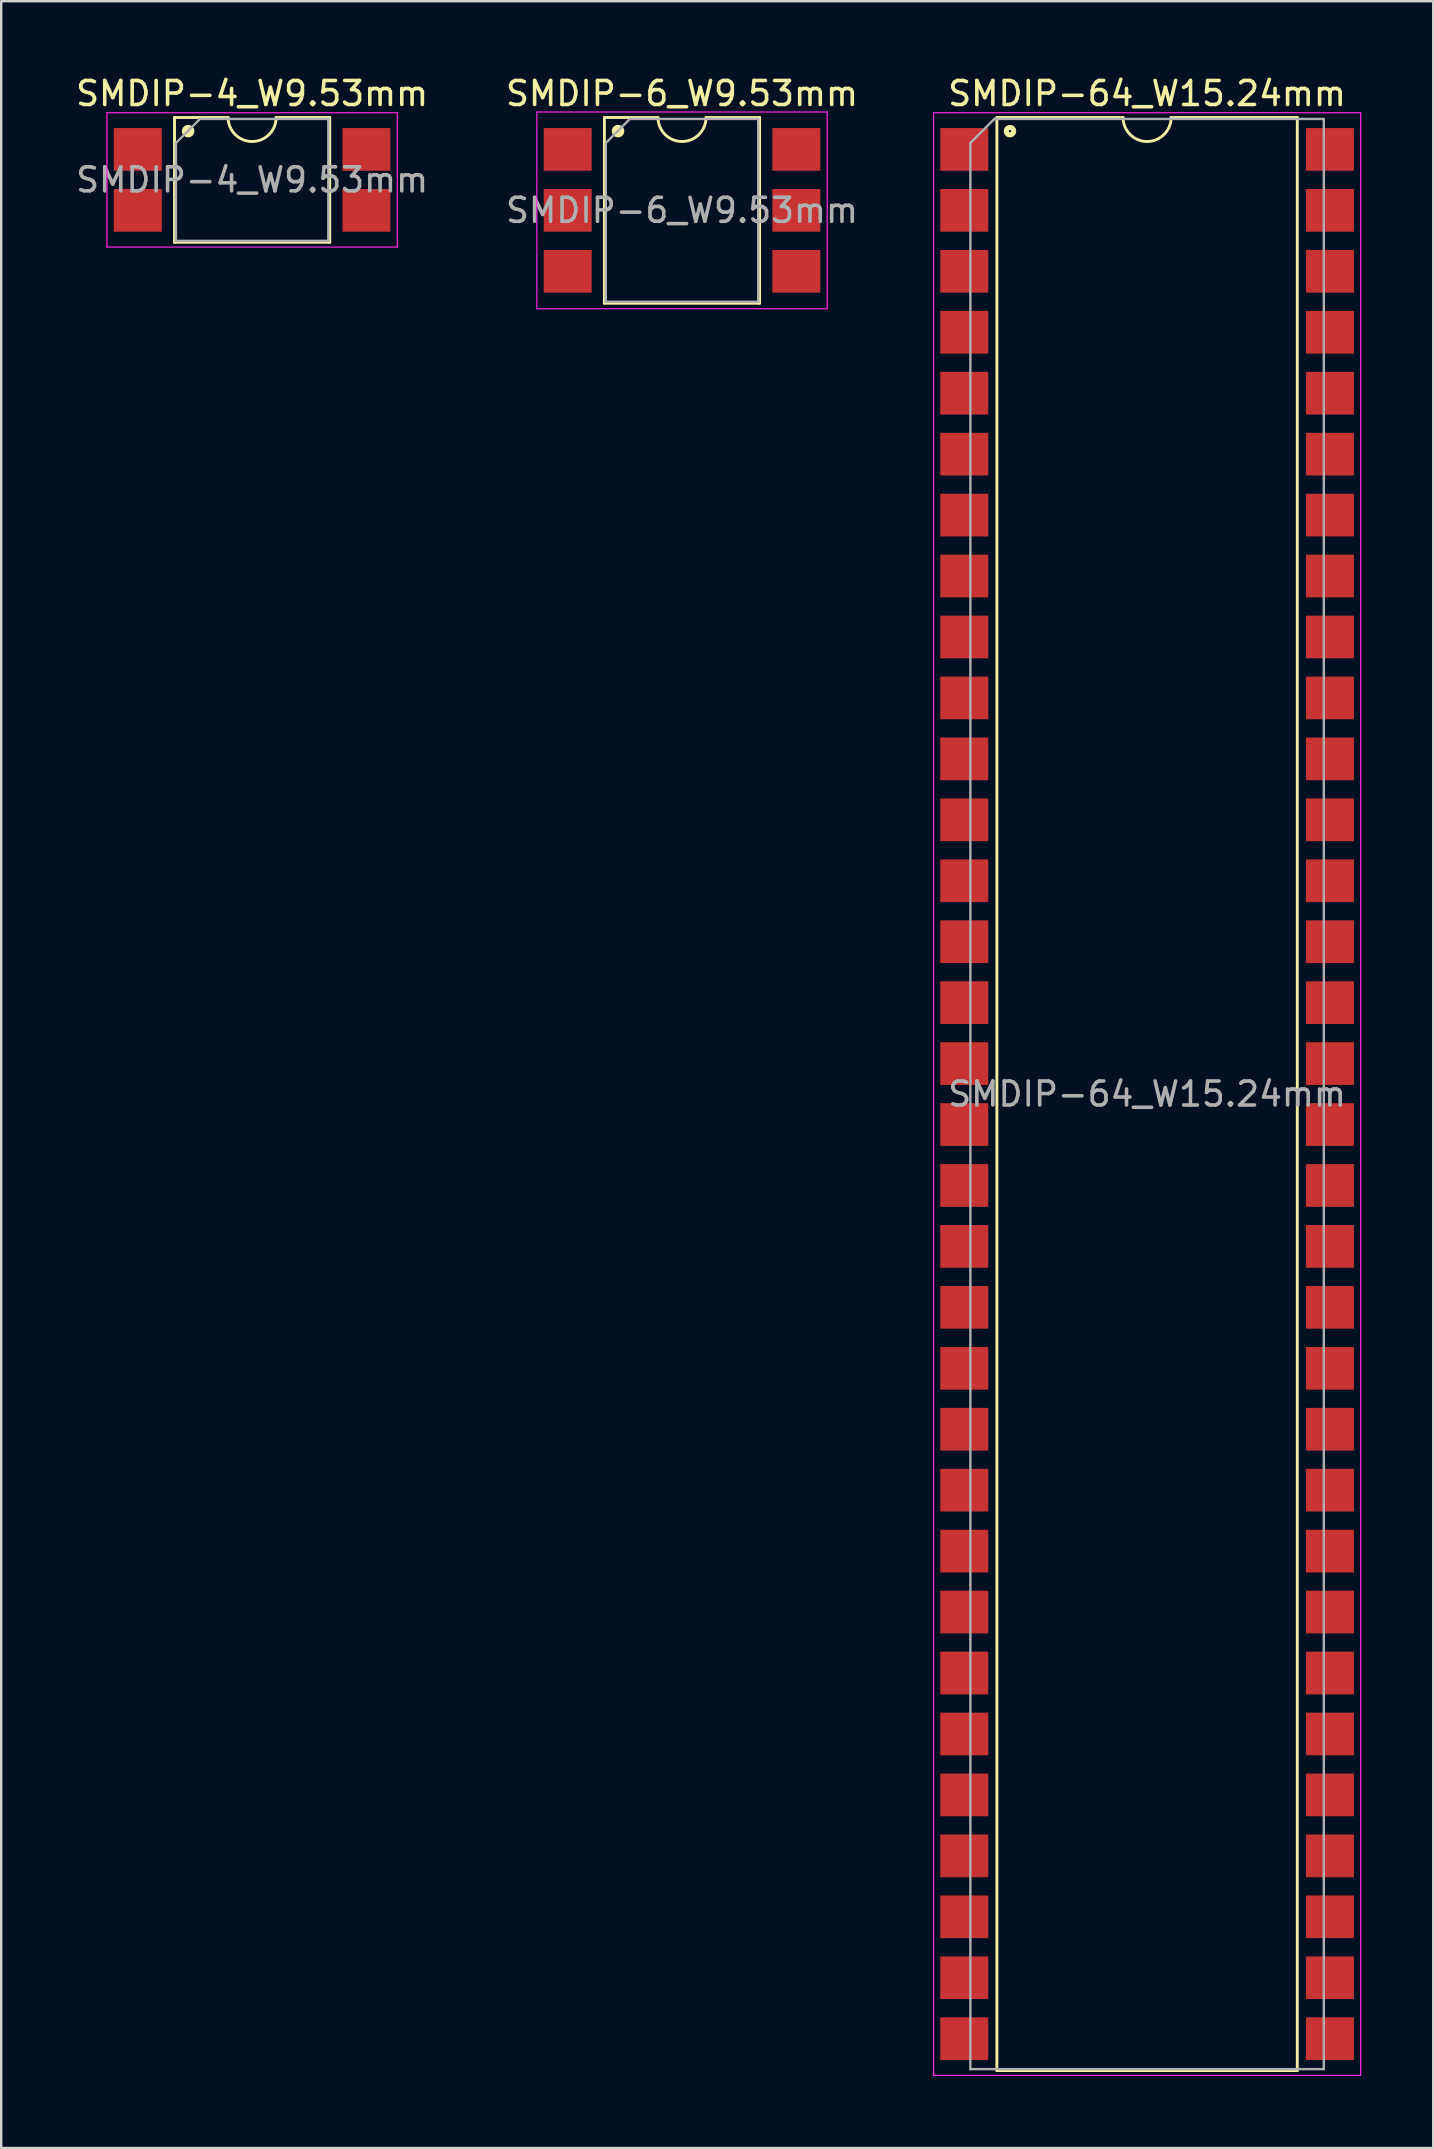
<source format=kicad_pcb>
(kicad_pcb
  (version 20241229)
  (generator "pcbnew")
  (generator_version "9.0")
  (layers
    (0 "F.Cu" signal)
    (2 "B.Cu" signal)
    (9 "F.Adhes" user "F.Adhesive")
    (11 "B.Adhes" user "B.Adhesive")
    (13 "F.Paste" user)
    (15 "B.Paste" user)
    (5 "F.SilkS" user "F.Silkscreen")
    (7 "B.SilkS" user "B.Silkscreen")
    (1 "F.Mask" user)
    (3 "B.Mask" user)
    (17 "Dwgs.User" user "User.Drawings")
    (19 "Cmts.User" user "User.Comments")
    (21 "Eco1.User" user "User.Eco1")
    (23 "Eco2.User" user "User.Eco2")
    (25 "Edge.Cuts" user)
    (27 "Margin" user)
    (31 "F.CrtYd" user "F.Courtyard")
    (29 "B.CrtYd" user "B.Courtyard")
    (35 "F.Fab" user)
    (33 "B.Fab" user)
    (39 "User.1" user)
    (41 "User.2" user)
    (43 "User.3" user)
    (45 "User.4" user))
  (footprint "SMDIP-64_W15.24mm"
    (layer "F.Cu")
    (at 44.758 42.548)
    (property "Reference" "SMDIP-64_W15.24mm" (at 0 -41.7 0) (layer "F.SilkS") (effects (font (size 1 1) (thickness 0.15))))
    (attr smd)
    (fp_line (start -6.26 -40.7) (end -6.26 40.7) (stroke (width 0.12) (type solid)) (layer "F.SilkS"))
    (fp_line (start -6.26 40.7) (end 6.26 40.7) (stroke (width 0.12) (type solid)) (layer "F.SilkS"))
    (fp_line (start -1 -40.7) (end -6.26 -40.7) (stroke (width 0.12) (type solid)) (layer "F.SilkS"))
    (fp_line (start 6.26 -40.7) (end 1 -40.7) (stroke (width 0.12) (type solid)) (layer "F.SilkS"))
    (fp_line (start 6.26 40.7) (end 6.26 -40.7) (stroke (width 0.12) (type solid)) (layer "F.SilkS"))
    (fp_arc (start 1 -40.7) (mid 0 -39.7) (end -1 -40.7) (stroke (width 0.12) (type solid)) (layer "F.SilkS"))
    (fp_circle (center -5.715 -40.132) (end -5.665 -40.132) (stroke (width 0.12) (type solid)) (fill no) (layer "F.SilkS"))
    (fp_circle (center -5.715 -40.132) (end -5.59 -40.132) (stroke (width 0.12) (type solid)) (fill no) (layer "F.SilkS"))
    (fp_circle (center -5.715 -40.132) (end -5.515 -40.132) (stroke (width 0.12) (type solid)) (fill no) (layer "F.SilkS"))
    (fp_line (start -8.9 -40.9) (end -8.9 40.9) (stroke (width 0.05) (type solid)) (layer "F.CrtYd"))
    (fp_line (start -8.9 40.9) (end 8.9 40.9) (stroke (width 0.05) (type solid)) (layer "F.CrtYd"))
    (fp_line (start 8.9 -40.9) (end -8.9 -40.9) (stroke (width 0.05) (type solid)) (layer "F.CrtYd"))
    (fp_line (start 8.9 40.9) (end 8.9 -40.9) (stroke (width 0.05) (type solid)) (layer "F.CrtYd"))
    (fp_line (start -7.365 -39.64) (end -6.365 -40.64) (stroke (width 0.1) (type solid)) (layer "F.Fab"))
    (fp_line (start -7.365 40.64) (end -7.365 -39.64) (stroke (width 0.1) (type solid)) (layer "F.Fab"))
    (fp_line (start -6.365 -40.64) (end 7.365 -40.64) (stroke (width 0.1) (type solid)) (layer "F.Fab"))
    (fp_line (start 7.365 -40.64) (end 7.365 40.64) (stroke (width 0.1) (type solid)) (layer "F.Fab"))
    (fp_line (start 7.365 40.64) (end -7.365 40.64) (stroke (width 0.1) (type solid)) (layer "F.Fab"))
    (fp_text user "${REFERENCE}" (at 0 0 0) (layer "F.Fab") (effects (font (size 1 1) (thickness 0.15))))
    (pad "1" smd rect (at -7.62 -39.37) (size 2 1.78) (layers "F.Cu" "F.Mask" "F.Paste"))
    (pad "2" smd rect (at -7.62 -36.83) (size 2 1.78) (layers "F.Cu" "F.Mask" "F.Paste"))
    (pad "3" smd rect (at -7.62 -34.29) (size 2 1.78) (layers "F.Cu" "F.Mask" "F.Paste"))
    (pad "4" smd rect (at -7.62 -31.75) (size 2 1.78) (layers "F.Cu" "F.Mask" "F.Paste"))
    (pad "5" smd rect (at -7.62 -29.21) (size 2 1.78) (layers "F.Cu" "F.Mask" "F.Paste"))
    (pad "6" smd rect (at -7.62 -26.67) (size 2 1.78) (layers "F.Cu" "F.Mask" "F.Paste"))
    (pad "7" smd rect (at -7.62 -24.13) (size 2 1.78) (layers "F.Cu" "F.Mask" "F.Paste"))
    (pad "8" smd rect (at -7.62 -21.59) (size 2 1.78) (layers "F.Cu" "F.Mask" "F.Paste"))
    (pad "9" smd rect (at -7.62 -19.05) (size 2 1.78) (layers "F.Cu" "F.Mask" "F.Paste"))
    (pad "10" smd rect (at -7.62 -16.51) (size 2 1.78) (layers "F.Cu" "F.Mask" "F.Paste"))
    (pad "11" smd rect (at -7.62 -13.97) (size 2 1.78) (layers "F.Cu" "F.Mask" "F.Paste"))
    (pad "12" smd rect (at -7.62 -11.43) (size 2 1.78) (layers "F.Cu" "F.Mask" "F.Paste"))
    (pad "13" smd rect (at -7.62 -8.89) (size 2 1.78) (layers "F.Cu" "F.Mask" "F.Paste"))
    (pad "14" smd rect (at -7.62 -6.35) (size 2 1.78) (layers "F.Cu" "F.Mask" "F.Paste"))
    (pad "15" smd rect (at -7.62 -3.81) (size 2 1.78) (layers "F.Cu" "F.Mask" "F.Paste"))
    (pad "16" smd rect (at -7.62 -1.27) (size 2 1.78) (layers "F.Cu" "F.Mask" "F.Paste"))
    (pad "17" smd rect (at -7.62 1.27) (size 2 1.78) (layers "F.Cu" "F.Mask" "F.Paste"))
    (pad "18" smd rect (at -7.62 3.81) (size 2 1.78) (layers "F.Cu" "F.Mask" "F.Paste"))
    (pad "19" smd rect (at -7.62 6.35) (size 2 1.78) (layers "F.Cu" "F.Mask" "F.Paste"))
    (pad "20" smd rect (at -7.62 8.89) (size 2 1.78) (layers "F.Cu" "F.Mask" "F.Paste"))
    (pad "21" smd rect (at -7.62 11.43) (size 2 1.78) (layers "F.Cu" "F.Mask" "F.Paste"))
    (pad "22" smd rect (at -7.62 13.97) (size 2 1.78) (layers "F.Cu" "F.Mask" "F.Paste"))
    (pad "23" smd rect (at -7.62 16.51) (size 2 1.78) (layers "F.Cu" "F.Mask" "F.Paste"))
    (pad "24" smd rect (at -7.62 19.05) (size 2 1.78) (layers "F.Cu" "F.Mask" "F.Paste"))
    (pad "25" smd rect (at -7.62 21.59) (size 2 1.78) (layers "F.Cu" "F.Mask" "F.Paste"))
    (pad "26" smd rect (at -7.62 24.13) (size 2 1.78) (layers "F.Cu" "F.Mask" "F.Paste"))
    (pad "27" smd rect (at -7.62 26.67) (size 2 1.78) (layers "F.Cu" "F.Mask" "F.Paste"))
    (pad "28" smd rect (at -7.62 29.21) (size 2 1.78) (layers "F.Cu" "F.Mask" "F.Paste"))
    (pad "29" smd rect (at -7.62 31.75) (size 2 1.78) (layers "F.Cu" "F.Mask" "F.Paste"))
    (pad "30" smd rect (at -7.62 34.29) (size 2 1.78) (layers "F.Cu" "F.Mask" "F.Paste"))
    (pad "31" smd rect (at -7.62 36.83) (size 2 1.78) (layers "F.Cu" "F.Mask" "F.Paste"))
    (pad "32" smd rect (at -7.62 39.37) (size 2 1.78) (layers "F.Cu" "F.Mask" "F.Paste"))
    (pad "33" smd rect (at 7.62 39.37) (size 2 1.78) (layers "F.Cu" "F.Mask" "F.Paste"))
    (pad "34" smd rect (at 7.62 36.83) (size 2 1.78) (layers "F.Cu" "F.Mask" "F.Paste"))
    (pad "35" smd rect (at 7.62 34.29) (size 2 1.78) (layers "F.Cu" "F.Mask" "F.Paste"))
    (pad "36" smd rect (at 7.62 31.75) (size 2 1.78) (layers "F.Cu" "F.Mask" "F.Paste"))
    (pad "37" smd rect (at 7.62 29.21) (size 2 1.78) (layers "F.Cu" "F.Mask" "F.Paste"))
    (pad "38" smd rect (at 7.62 26.67) (size 2 1.78) (layers "F.Cu" "F.Mask" "F.Paste"))
    (pad "39" smd rect (at 7.62 24.13) (size 2 1.78) (layers "F.Cu" "F.Mask" "F.Paste"))
    (pad "40" smd rect (at 7.62 21.59) (size 2 1.78) (layers "F.Cu" "F.Mask" "F.Paste"))
    (pad "41" smd rect (at 7.62 19.05) (size 2 1.78) (layers "F.Cu" "F.Mask" "F.Paste"))
    (pad "42" smd rect (at 7.62 16.51) (size 2 1.78) (layers "F.Cu" "F.Mask" "F.Paste"))
    (pad "43" smd rect (at 7.62 13.97) (size 2 1.78) (layers "F.Cu" "F.Mask" "F.Paste"))
    (pad "44" smd rect (at 7.62 11.43) (size 2 1.78) (layers "F.Cu" "F.Mask" "F.Paste"))
    (pad "45" smd rect (at 7.62 8.89) (size 2 1.78) (layers "F.Cu" "F.Mask" "F.Paste"))
    (pad "46" smd rect (at 7.62 6.35) (size 2 1.78) (layers "F.Cu" "F.Mask" "F.Paste"))
    (pad "47" smd rect (at 7.62 3.81) (size 2 1.78) (layers "F.Cu" "F.Mask" "F.Paste"))
    (pad "48" smd rect (at 7.62 1.27) (size 2 1.78) (layers "F.Cu" "F.Mask" "F.Paste"))
    (pad "49" smd rect (at 7.62 -1.27) (size 2 1.78) (layers "F.Cu" "F.Mask" "F.Paste"))
    (pad "50" smd rect (at 7.62 -3.81) (size 2 1.78) (layers "F.Cu" "F.Mask" "F.Paste"))
    (pad "51" smd rect (at 7.62 -6.35) (size 2 1.78) (layers "F.Cu" "F.Mask" "F.Paste"))
    (pad "52" smd rect (at 7.62 -8.89) (size 2 1.78) (layers "F.Cu" "F.Mask" "F.Paste"))
    (pad "53" smd rect (at 7.62 -11.43) (size 2 1.78) (layers "F.Cu" "F.Mask" "F.Paste"))
    (pad "54" smd rect (at 7.62 -13.97) (size 2 1.78) (layers "F.Cu" "F.Mask" "F.Paste"))
    (pad "55" smd rect (at 7.62 -16.51) (size 2 1.78) (layers "F.Cu" "F.Mask" "F.Paste"))
    (pad "56" smd rect (at 7.62 -19.05) (size 2 1.78) (layers "F.Cu" "F.Mask" "F.Paste"))
    (pad "57" smd rect (at 7.62 -21.59) (size 2 1.78) (layers "F.Cu" "F.Mask" "F.Paste"))
    (pad "58" smd rect (at 7.62 -24.13) (size 2 1.78) (layers "F.Cu" "F.Mask" "F.Paste"))
    (pad "59" smd rect (at 7.62 -26.67) (size 2 1.78) (layers "F.Cu" "F.Mask" "F.Paste"))
    (pad "60" smd rect (at 7.62 -29.21) (size 2 1.78) (layers "F.Cu" "F.Mask" "F.Paste"))
    (pad "61" smd rect (at 7.62 -31.75) (size 2 1.78) (layers "F.Cu" "F.Mask" "F.Paste"))
    (pad "62" smd rect (at 7.62 -34.29) (size 2 1.78) (layers "F.Cu" "F.Mask" "F.Paste"))
    (pad "63" smd rect (at 7.62 -36.83) (size 2 1.78) (layers "F.Cu" "F.Mask" "F.Paste"))
    (pad "64" smd rect (at 7.62 -39.37) (size 2 1.78) (layers "F.Cu" "F.Mask" "F.Paste")))
  (footprint "SMDIP-4_W9.53mm"
    (layer "F.Cu")
    (at 7.458 4.448)
    (property "Reference" "SMDIP-4_W9.53mm" (at 0 -3.6 0) (layer "F.SilkS") (effects (font (size 1 1) (thickness 0.15))))
    (attr smd)
    (fp_line (start -3.235 -2.6) (end -3.235 2.6) (stroke (width 0.12) (type solid)) (layer "F.SilkS"))
    (fp_line (start -3.235 2.6) (end 3.235 2.6) (stroke (width 0.12) (type solid)) (layer "F.SilkS"))
    (fp_line (start -1 -2.6) (end -3.235 -2.6) (stroke (width 0.12) (type solid)) (layer "F.SilkS"))
    (fp_line (start 3.235 -2.6) (end 1 -2.6) (stroke (width 0.12) (type solid)) (layer "F.SilkS"))
    (fp_line (start 3.235 2.6) (end 3.235 -2.6) (stroke (width 0.12) (type solid)) (layer "F.SilkS"))
    (fp_arc (start 1 -2.6) (mid 0 -1.6) (end -1 -2.6) (stroke (width 0.12) (type solid)) (layer "F.SilkS"))
    (fp_circle (center -2.667 -2.032) (end -2.617 -2.032) (stroke (width 0.12) (type solid)) (fill no) (layer "F.SilkS"))
    (fp_circle (center -2.667 -2.032) (end -2.542 -2.032) (stroke (width 0.12) (type solid)) (fill no) (layer "F.SilkS"))
    (fp_circle (center -2.667 -2.032) (end -2.467 -2.032) (stroke (width 0.12) (type solid)) (fill no) (layer "F.SilkS"))
    (fp_line (start -6.05 -2.8) (end -6.05 2.8) (stroke (width 0.05) (type solid)) (layer "F.CrtYd"))
    (fp_line (start -6.05 2.8) (end 6.05 2.8) (stroke (width 0.05) (type solid)) (layer "F.CrtYd"))
    (fp_line (start 6.05 -2.8) (end -6.05 -2.8) (stroke (width 0.05) (type solid)) (layer "F.CrtYd"))
    (fp_line (start 6.05 2.8) (end 6.05 -2.8) (stroke (width 0.05) (type solid)) (layer "F.CrtYd"))
    (fp_line (start -3.175 -1.54) (end -2.175 -2.54) (stroke (width 0.1) (type solid)) (layer "F.Fab"))
    (fp_line (start -3.175 2.54) (end -3.175 -1.54) (stroke (width 0.1) (type solid)) (layer "F.Fab"))
    (fp_line (start -2.175 -2.54) (end 3.175 -2.54) (stroke (width 0.1) (type solid)) (layer "F.Fab"))
    (fp_line (start 3.175 -2.54) (end 3.175 2.54) (stroke (width 0.1) (type solid)) (layer "F.Fab"))
    (fp_line (start 3.175 2.54) (end -3.175 2.54) (stroke (width 0.1) (type solid)) (layer "F.Fab"))
    (fp_text user "${REFERENCE}" (at 0 0 0) (layer "F.Fab") (effects (font (size 1 1) (thickness 0.15))))
    (pad "1" smd rect (at -4.765 -1.27) (size 2 1.78) (layers "F.Cu" "F.Mask" "F.Paste"))
    (pad "2" smd rect (at -4.765 1.27) (size 2 1.78) (layers "F.Cu" "F.Mask" "F.Paste"))
    (pad "3" smd rect (at 4.765 1.27) (size 2 1.78) (layers "F.Cu" "F.Mask" "F.Paste"))
    (pad "4" smd rect (at 4.765 -1.27) (size 2 1.78) (layers "F.Cu" "F.Mask" "F.Paste")))
  (footprint "SMDIP-6_W9.53mm"
    (layer "F.Cu")
    (at 25.375 5.718)
    (property "Reference" "SMDIP-6_W9.53mm" (at 0 -4.87 0) (layer "F.SilkS") (effects (font (size 1 1) (thickness 0.15))))
    (attr smd)
    (fp_line (start -3.235 -3.87) (end -3.235 3.87) (stroke (width 0.12) (type solid)) (layer "F.SilkS"))
    (fp_line (start -3.235 3.87) (end 3.235 3.87) (stroke (width 0.12) (type solid)) (layer "F.SilkS"))
    (fp_line (start -1 -3.87) (end -3.235 -3.87) (stroke (width 0.12) (type solid)) (layer "F.SilkS"))
    (fp_line (start 3.235 -3.87) (end 1 -3.87) (stroke (width 0.12) (type solid)) (layer "F.SilkS"))
    (fp_line (start 3.235 3.87) (end 3.235 -3.87) (stroke (width 0.12) (type solid)) (layer "F.SilkS"))
    (fp_arc (start 1 -3.87) (mid 0 -2.87) (end -1 -3.87) (stroke (width 0.12) (type solid)) (layer "F.SilkS"))
    (fp_circle (center -2.667 -3.302) (end -2.617 -3.302) (stroke (width 0.12) (type solid)) (fill no) (layer "F.SilkS"))
    (fp_circle (center -2.667 -3.302) (end -2.542 -3.302) (stroke (width 0.12) (type solid)) (fill no) (layer "F.SilkS"))
    (fp_circle (center -2.667 -3.302) (end -2.467 -3.302) (stroke (width 0.12) (type solid)) (fill no) (layer "F.SilkS"))
    (fp_line (start -6.05 -4.1) (end -6.05 4.1) (stroke (width 0.05) (type solid)) (layer "F.CrtYd"))
    (fp_line (start -6.05 4.1) (end 6.05 4.1) (stroke (width 0.05) (type solid)) (layer "F.CrtYd"))
    (fp_line (start 6.05 -4.1) (end -6.05 -4.1) (stroke (width 0.05) (type solid)) (layer "F.CrtYd"))
    (fp_line (start 6.05 4.1) (end 6.05 -4.1) (stroke (width 0.05) (type solid)) (layer "F.CrtYd"))
    (fp_line (start -3.175 -2.81) (end -2.175 -3.81) (stroke (width 0.1) (type solid)) (layer "F.Fab"))
    (fp_line (start -3.175 3.81) (end -3.175 -2.81) (stroke (width 0.1) (type solid)) (layer "F.Fab"))
    (fp_line (start -2.175 -3.81) (end 3.175 -3.81) (stroke (width 0.1) (type solid)) (layer "F.Fab"))
    (fp_line (start 3.175 -3.81) (end 3.175 3.81) (stroke (width 0.1) (type solid)) (layer "F.Fab"))
    (fp_line (start 3.175 3.81) (end -3.175 3.81) (stroke (width 0.1) (type solid)) (layer "F.Fab"))
    (fp_text user "${REFERENCE}" (at 0 0 0) (layer "F.Fab") (effects (font (size 1 1) (thickness 0.15))))
    (pad "1" smd rect (at -4.765 -2.54) (size 2 1.78) (layers "F.Cu" "F.Mask" "F.Paste"))
    (pad "2" smd rect (at -4.765 0) (size 2 1.78) (layers "F.Cu" "F.Mask" "F.Paste"))
    (pad "3" smd rect (at -4.765 2.54) (size 2 1.78) (layers "F.Cu" "F.Mask" "F.Paste"))
    (pad "4" smd rect (at 4.765 2.54) (size 2 1.78) (layers "F.Cu" "F.Mask" "F.Paste"))
    (pad "5" smd rect (at 4.765 0) (size 2 1.78) (layers "F.Cu" "F.Mask" "F.Paste"))
    (pad "6" smd rect (at 4.765 -2.54) (size 2 1.78) (layers "F.Cu" "F.Mask" "F.Paste")))
  (gr_rect
    (start -3 -3)
    (end 56.683 86.473)
    (stroke (width 0.1) (type default))
    (fill no)
    (layer "Edge.Cuts")))
</source>
